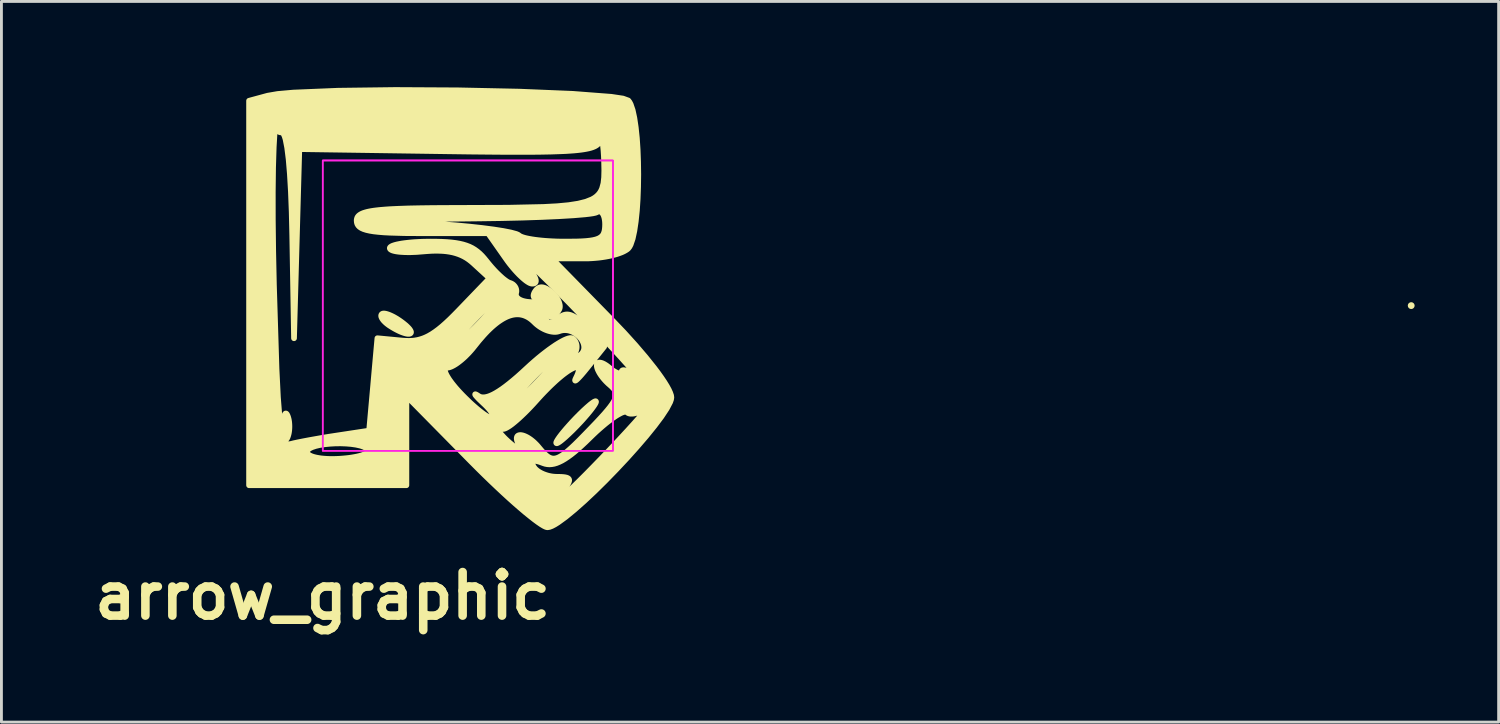
<source format=kicad_pcb>
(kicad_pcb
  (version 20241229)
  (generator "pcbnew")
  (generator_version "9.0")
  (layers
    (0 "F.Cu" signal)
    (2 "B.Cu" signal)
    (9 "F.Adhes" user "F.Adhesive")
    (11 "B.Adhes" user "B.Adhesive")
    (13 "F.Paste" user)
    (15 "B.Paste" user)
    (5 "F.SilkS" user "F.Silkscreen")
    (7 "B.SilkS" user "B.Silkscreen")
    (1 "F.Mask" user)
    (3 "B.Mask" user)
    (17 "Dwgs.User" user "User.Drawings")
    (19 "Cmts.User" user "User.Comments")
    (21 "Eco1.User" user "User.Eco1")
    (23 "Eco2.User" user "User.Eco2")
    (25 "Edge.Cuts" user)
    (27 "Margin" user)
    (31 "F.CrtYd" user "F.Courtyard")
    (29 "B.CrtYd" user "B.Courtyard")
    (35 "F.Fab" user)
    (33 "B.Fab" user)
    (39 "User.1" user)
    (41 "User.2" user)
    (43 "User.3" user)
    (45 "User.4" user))
  (footprint "arrow_graphic"
    (layer "F.Cu")
    (at 10.784 15.267)
    (property "Reference" "arrow_graphic" (at -2.54 2.54 0) (layer "F.SilkS") (effects (font (size 1.524 1.524) (thickness 0.3))))
    (attr board_only exclude_from_pos_files exclude_from_bom)
    (fp_circle (center 35.56 -7.62) (end 35.56 -7.62) (stroke (width 0.12) (type solid)) (fill no) (layer "F.SilkS"))
    (fp_poly (pts (xy 7.018 -4.272) (xy 7.023 -4.269) (xy 7.026 -4.264) (xy 7.027 -4.258) (xy 7.026 -4.25) (xy 7.024 -4.24) (xy 7.02 -4.228) (xy 7.014 -4.215) (xy 7.007 -4.2) (xy 6.998 -4.184) (xy 6.976 -4.147) (xy 6.948 -4.105) (xy 6.914 -4.057) (xy 6.875 -4.005) (xy 6.831 -3.948) (xy 6.782 -3.888) (xy 6.729 -3.823) (xy 6.671 -3.756) (xy 6.61 -3.686) (xy 6.545 -3.613) (xy 6.476 -3.538) (xy 6.336 -3.39) (xy 6.2 -3.252) (xy 6.071 -3.128) (xy 5.953 -3.019) (xy 5.848 -2.929) (xy 5.802 -2.892) (xy 5.761 -2.861) (xy 5.724 -2.836) (xy 5.694 -2.818) (xy 5.669 -2.807) (xy 5.659 -2.804) (xy 5.651 -2.803) (xy 5.644 -2.804) (xy 5.639 -2.807) (xy 5.636 -2.811) (xy 5.635 -2.818) (xy 5.636 -2.826) (xy 5.638 -2.836) (xy 5.642 -2.848) (xy 5.648 -2.861) (xy 5.655 -2.876) (xy 5.664 -2.892) (xy 5.686 -2.929) (xy 5.714 -2.971) (xy 5.748 -3.019) (xy 5.787 -3.071) (xy 5.831 -3.128) (xy 5.88 -3.188) (xy 5.933 -3.252) (xy 5.991 -3.32) (xy 6.053 -3.39) (xy 6.118 -3.463) (xy 6.186 -3.538) (xy 6.186 -3.538) (xy 6.326 -3.686) (xy 6.462 -3.823) (xy 6.591 -3.948) (xy 6.71 -4.057) (xy 6.814 -4.147) (xy 6.861 -4.184) (xy 6.902 -4.215) (xy 6.938 -4.24) (xy 6.969 -4.258) (xy 6.994 -4.269) (xy 7.004 -4.272) (xy 7.012 -4.273)) (stroke (width 0.2) (type solid)) (fill yes) (layer "F.SilkS"))
    (fp_poly (pts (xy -3.822 -3.843) (xy -3.815 -3.84) (xy -3.808 -3.834) (xy -3.802 -3.827) (xy -3.794 -3.817) (xy -3.78 -3.792) (xy -3.765 -3.758) (xy -3.751 -3.719) (xy -3.739 -3.677) (xy -3.728 -3.633) (xy -3.72 -3.587) (xy -3.713 -3.539) (xy -3.709 -3.49) (xy -3.706 -3.441) (xy -3.705 -3.391) (xy -3.706 -3.341) (xy -3.709 -3.291) (xy -3.713 -3.243) (xy -3.72 -3.195) (xy -3.728 -3.149) (xy -3.739 -3.105) (xy -3.751 -3.063) (xy -3.765 -3.023) (xy -3.773 -3.005) (xy -3.78 -2.99) (xy -3.787 -2.976) (xy -3.794 -2.964) (xy -3.802 -2.955) (xy -3.808 -2.948) (xy -3.815 -2.942) (xy -3.819 -2.94) (xy -3.822 -2.939) (xy -3.825 -2.938) (xy -3.828 -2.937) (xy -3.832 -2.937) (xy -3.835 -2.938) (xy -3.838 -2.939) (xy -3.841 -2.94) (xy -3.844 -2.942) (xy -3.847 -2.944) (xy -3.852 -2.95) (xy -3.858 -2.958) (xy -3.863 -2.968) (xy -3.868 -2.98) (xy -3.873 -2.993) (xy -3.878 -3.008) (xy -3.882 -3.025) (xy -3.886 -3.044) (xy -3.89 -3.064) (xy -3.894 -3.086) (xy -3.897 -3.109) (xy -3.9 -3.134) (xy -3.902 -3.161) (xy -3.905 -3.19) (xy -3.907 -3.219) (xy -3.908 -3.251) (xy -3.91 -3.284) (xy -3.911 -3.318) (xy -3.911 -3.391) (xy -3.911 -3.464) (xy -3.908 -3.531) (xy -3.905 -3.592) (xy -3.9 -3.647) (xy -3.894 -3.696) (xy -3.886 -3.738) (xy -3.878 -3.774) (xy -3.868 -3.802) (xy -3.858 -3.823) (xy -3.852 -3.831) (xy -3.847 -3.838) (xy -3.841 -3.842) (xy -3.835 -3.844) (xy -3.828 -3.845)) (stroke (width 0.2) (type solid)) (fill yes) (layer "F.SilkS"))
    (fp_poly (pts (xy -0.389 -7.343) (xy -0.373 -7.341) (xy -0.356 -7.339) (xy -0.337 -7.336) (xy -0.298 -7.326) (xy -0.255 -7.313) (xy -0.209 -7.296) (xy -0.16 -7.275) (xy -0.109 -7.251) (xy -0.055 -7.224) (xy -0.000467 -7.193) (xy 0.056 -7.16) (xy 0.113 -7.123) (xy 0.171 -7.084) (xy 0.229 -7.042) (xy 0.284 -7) (xy 0.333 -6.96) (xy 0.378 -6.923) (xy 0.416 -6.887) (xy 0.45 -6.853) (xy 0.479 -6.822) (xy 0.503 -6.793) (xy 0.521 -6.766) (xy 0.535 -6.742) (xy 0.545 -6.72) (xy 0.55 -6.7) (xy 0.551 -6.683) (xy 0.547 -6.668) (xy 0.539 -6.656) (xy 0.527 -6.646) (xy 0.511 -6.639) (xy 0.492 -6.634) (xy 0.469 -6.633) (xy 0.442 -6.633) (xy 0.411 -6.637) (xy 0.378 -6.643) (xy 0.341 -6.653) (xy 0.301 -6.665) (xy 0.258 -6.68) (xy 0.212 -6.697) (xy 0.163 -6.718) (xy 0.112 -6.742) (xy 0.058 -6.769) (xy 0.001 -6.799) (xy -0.057 -6.832) (xy -0.118 -6.868) (xy -0.181 -6.908) (xy -0.224 -6.936) (xy -0.264 -6.966) (xy -0.301 -6.995) (xy -0.336 -7.025) (xy -0.367 -7.055) (xy -0.396 -7.084) (xy -0.421 -7.113) (xy -0.442 -7.142) (xy -0.46 -7.169) (xy -0.474 -7.196) (xy -0.479 -7.209) (xy -0.484 -7.221) (xy -0.488 -7.233) (xy -0.49 -7.245) (xy -0.491 -7.256) (xy -0.492 -7.267) (xy -0.491 -7.277) (xy -0.489 -7.287) (xy -0.486 -7.296) (xy -0.482 -7.305) (xy -0.477 -7.313) (xy -0.47 -7.32) (xy -0.463 -7.327) (xy -0.454 -7.332) (xy -0.443 -7.337) (xy -0.431 -7.34) (xy -0.419 -7.342) (xy -0.404 -7.343)) (stroke (width 0.2) (type solid)) (fill yes) (layer "F.SilkS"))
    (fp_poly (pts (xy 5.129 -8.262) (xy 5.148 -8.261) (xy 5.166 -8.258) (xy 5.186 -8.254) (xy 5.206 -8.248) (xy 5.226 -8.242) (xy 5.247 -8.233) (xy 5.268 -8.224) (xy 5.29 -8.213) (xy 5.312 -8.201) (xy 5.335 -8.187) (xy 5.358 -8.172) (xy 5.382 -8.156) (xy 5.407 -8.138) (xy 5.432 -8.119) (xy 5.458 -8.098) (xy 5.484 -8.076) (xy 5.525 -8.04) (xy 5.563 -8.003) (xy 5.598 -7.963) (xy 5.629 -7.923) (xy 5.658 -7.882) (xy 5.684 -7.841) (xy 5.706 -7.8) (xy 5.724 -7.759) (xy 5.739 -7.718) (xy 5.75 -7.678) (xy 5.758 -7.64) (xy 5.76 -7.621) (xy 5.761 -7.602) (xy 5.761 -7.584) (xy 5.76 -7.567) (xy 5.758 -7.55) (xy 5.755 -7.533) (xy 5.751 -7.518) (xy 5.745 -7.502) (xy 5.739 -7.488) (xy 5.731 -7.474) (xy 5.71 -7.44) (xy 5.688 -7.408) (xy 5.667 -7.379) (xy 5.647 -7.352) (xy 5.627 -7.328) (xy 5.607 -7.307) (xy 5.587 -7.287) (xy 5.569 -7.271) (xy 5.55 -7.257) (xy 5.533 -7.245) (xy 5.516 -7.236) (xy 5.499 -7.229) (xy 5.484 -7.224) (xy 5.469 -7.222) (xy 5.455 -7.223) (xy 5.442 -7.226) (xy 5.43 -7.231) (xy 5.419 -7.238) (xy 5.409 -7.248) (xy 5.4 -7.26) (xy 5.392 -7.274) (xy 5.385 -7.291) (xy 5.379 -7.31) (xy 5.375 -7.331) (xy 5.372 -7.355) (xy 5.37 -7.38) (xy 5.369 -7.408) (xy 5.37 -7.439) (xy 5.373 -7.471) (xy 5.377 -7.505) (xy 5.382 -7.542) (xy 5.389 -7.581) (xy 5.389 -7.581) (xy 5.393 -7.6) (xy 5.395 -7.618) (xy 5.396 -7.636) (xy 5.396 -7.653) (xy 5.395 -7.67) (xy 5.394 -7.686) (xy 5.391 -7.702) (xy 5.387 -7.717) (xy 5.383 -7.732) (xy 5.377 -7.746) (xy 5.371 -7.759) (xy 5.364 -7.772) (xy 5.356 -7.784) (xy 5.347 -7.796) (xy 5.338 -7.807) (xy 5.328 -7.817) (xy 5.317 -7.826) (xy 5.305 -7.835) (xy 5.293 -7.843) (xy 5.28 -7.85) (xy 5.266 -7.856) (xy 5.252 -7.861) (xy 5.237 -7.866) (xy 5.221 -7.87) (xy 5.205 -7.873) (xy 5.189 -7.875) (xy 5.171 -7.876) (xy 5.154 -7.876) (xy 5.135 -7.876) (xy 5.117 -7.874) (xy 5.098 -7.871) (xy 5.078 -7.868) (xy 5.059 -7.864) (xy 5.04 -7.861) (xy 5.022 -7.859) (xy 5.005 -7.858) (xy 4.988 -7.857) (xy 4.973 -7.858) (xy 4.958 -7.859) (xy 4.944 -7.861) (xy 4.931 -7.864) (xy 4.919 -7.867) (xy 4.907 -7.872) (xy 4.897 -7.877) (xy 4.887 -7.882) (xy 4.878 -7.889) (xy 4.87 -7.896) (xy 4.863 -7.903) (xy 4.857 -7.912) (xy 4.852 -7.92) (xy 4.848 -7.93) (xy 4.845 -7.94) (xy 4.843 -7.951) (xy 4.841 -7.962) (xy 4.841 -7.974) (xy 4.842 -7.986) (xy 4.844 -7.999) (xy 4.847 -8.012) (xy 4.851 -8.026) (xy 4.856 -8.041) (xy 4.862 -8.055) (xy 4.869 -8.071) (xy 4.877 -8.086) (xy 4.886 -8.102) (xy 4.899 -8.122) (xy 4.912 -8.141) (xy 4.926 -8.159) (xy 4.939 -8.175) (xy 4.953 -8.189) (xy 4.967 -8.203) (xy 4.982 -8.215) (xy 4.997 -8.226) (xy 5.012 -8.235) (xy 5.028 -8.243) (xy 5.044 -8.25) (xy 5.06 -8.255) (xy 5.077 -8.259) (xy 5.094 -8.261) (xy 5.111 -8.263)) (stroke (width 0.2) (type solid)) (fill yes) (layer "F.SilkS"))
    (fp_poly (pts (xy 2.193 -15.155) (xy 4.343 -15.109) (xy 6.211 -15.032) (xy 7.562 -14.928) (xy 7.969 -14.867) (xy 8.157 -14.799) (xy 8.199 -14.744) (xy 8.239 -14.669) (xy 8.31 -14.461) (xy 8.369 -14.187) (xy 8.418 -13.858) (xy 8.457 -13.485) (xy 8.484 -13.079) (xy 8.5 -12.651) (xy 8.506 -12.212) (xy 8.5 -11.773) (xy 8.484 -11.345) (xy 8.457 -10.939) (xy 8.418 -10.566) (xy 8.369 -10.237) (xy 8.31 -9.963) (xy 8.239 -9.755) (xy 8.199 -9.679) (xy 8.157 -9.624) (xy 8.138 -9.606) (xy 8.116 -9.588) (xy 8.063 -9.554) (xy 8.001 -9.52) (xy 7.93 -9.487) (xy 7.85 -9.457) (xy 7.763 -9.427) (xy 7.669 -9.4) (xy 7.569 -9.375) (xy 7.463 -9.352) (xy 7.353 -9.332) (xy 7.24 -9.314) (xy 7.123 -9.299) (xy 7.004 -9.288) (xy 6.884 -9.279) (xy 6.763 -9.273) (xy 6.643 -9.272) (xy 5.476 -9.272) (xy 7.57 -7.133) (xy 8.005 -6.678) (xy 8.404 -6.237) (xy 8.76 -5.82) (xy 9.067 -5.436) (xy 9.2 -5.259) (xy 9.318 -5.093) (xy 9.42 -4.941) (xy 9.506 -4.801) (xy 9.574 -4.677) (xy 9.623 -4.569) (xy 9.654 -4.478) (xy 9.664 -4.405) (xy 9.653 -4.334) (xy 9.622 -4.244) (xy 9.504 -4.019) (xy 9.319 -3.738) (xy 9.076 -3.414) (xy 8.787 -3.056) (xy 8.46 -2.675) (xy 8.107 -2.281) (xy 7.735 -1.884) (xy 7.357 -1.495) (xy 6.981 -1.124) (xy 6.617 -0.782) (xy 6.275 -0.479) (xy 5.966 -0.225) (xy 5.698 -0.03) (xy 5.584 0.041) (xy 5.483 0.094) (xy 5.398 0.126) (xy 5.329 0.137) (xy 5.306 0.134) (xy 5.276 0.126) (xy 5.241 0.111) (xy 5.201 0.091) (xy 5.106 0.034) (xy 4.992 -0.044) (xy 4.861 -0.141) (xy 4.714 -0.257) (xy 4.551 -0.389) (xy 4.376 -0.538) (xy 4.188 -0.701) (xy 3.99 -0.878) (xy 3.783 -1.068) (xy 3.568 -1.269) (xy 3.346 -1.48) (xy 3.119 -1.7) (xy 2.889 -1.927) (xy 2.692 -2.125) (xy 4.788 -2.125) (xy 4.789 -2.113) (xy 4.792 -2.099) (xy 4.796 -2.084) (xy 4.802 -2.068) (xy 4.809 -2.051) (xy 4.827 -2.013) (xy 4.852 -1.971) (xy 4.863 -1.953) (xy 4.876 -1.936) (xy 4.89 -1.919) (xy 4.906 -1.902) (xy 4.923 -1.885) (xy 4.941 -1.869) (xy 4.96 -1.853) (xy 4.98 -1.837) (xy 5.024 -1.807) (xy 5.071 -1.779) (xy 5.122 -1.752) (xy 5.175 -1.728) (xy 5.231 -1.706) (xy 5.29 -1.686) (xy 5.349 -1.668) (xy 5.411 -1.654) (xy 5.473 -1.642) (xy 5.535 -1.634) (xy 5.597 -1.629) (xy 5.659 -1.627) (xy 5.747 -1.626) (xy 5.825 -1.623) (xy 5.892 -1.618) (xy 5.949 -1.61) (xy 5.974 -1.604) (xy 5.996 -1.599) (xy 6.016 -1.592) (xy 6.033 -1.584) (xy 6.048 -1.576) (xy 6.06 -1.566) (xy 6.07 -1.556) (xy 6.078 -1.544) (xy 6.083 -1.532) (xy 6.086 -1.518) (xy 6.087 -1.503) (xy 6.085 -1.487) (xy 6.081 -1.47) (xy 6.075 -1.451) (xy 6.067 -1.431) (xy 6.057 -1.41) (xy 6.044 -1.387) (xy 6.029 -1.363) (xy 5.993 -1.31) (xy 5.949 -1.251) (xy 5.897 -1.186) (xy 5.757 -1.012) (xy 5.656 -0.878) (xy 5.62 -0.826) (xy 5.592 -0.783) (xy 5.574 -0.75) (xy 5.564 -0.727) (xy 5.563 -0.712) (xy 5.565 -0.708) (xy 5.57 -0.707) (xy 5.585 -0.71) (xy 5.609 -0.722) (xy 5.64 -0.743) (xy 5.679 -0.772) (xy 5.78 -0.855) (xy 5.909 -0.97) (xy 6.066 -1.116) (xy 6.248 -1.291) (xy 6.455 -1.494) (xy 6.685 -1.724) (xy 6.937 -1.981) (xy 7.209 -2.261) (xy 7.5 -2.566) (xy 7.838 -2.925) (xy 8.135 -3.246) (xy 8.386 -3.523) (xy 8.586 -3.75) (xy 8.729 -3.921) (xy 8.811 -4.03) (xy 8.827 -4.06) (xy 8.828 -4.068) (xy 8.825 -4.071) (xy 8.806 -4.065) (xy 8.768 -4.039) (xy 8.72 -4.004) (xy 8.671 -3.973) (xy 8.622 -3.944) (xy 8.573 -3.919) (xy 8.525 -3.897) (xy 8.477 -3.878) (xy 8.43 -3.863) (xy 8.385 -3.851) (xy 8.341 -3.842) (xy 8.299 -3.838) (xy 8.26 -3.837) (xy 8.223 -3.839) (xy 8.206 -3.842) (xy 8.19 -3.846) (xy 8.174 -3.85) (xy 8.159 -3.856) (xy 8.146 -3.863) (xy 8.133 -3.87) (xy 8.121 -3.879) (xy 8.111 -3.889) (xy 8.099 -3.898) (xy 8.085 -3.903) (xy 8.068 -3.906) (xy 8.049 -3.907) (xy 8.027 -3.904) (xy 8.003 -3.898) (xy 7.976 -3.89) (xy 7.947 -3.88) (xy 7.916 -3.867) (xy 7.884 -3.851) (xy 7.812 -3.812) (xy 7.733 -3.765) (xy 7.648 -3.708) (xy 7.557 -3.643) (xy 7.46 -3.57) (xy 7.359 -3.49) (xy 7.255 -3.403) (xy 7.147 -3.309) (xy 7.036 -3.21) (xy 6.924 -3.104) (xy 6.811 -2.994) (xy 6.664 -2.851) (xy 6.526 -2.722) (xy 6.395 -2.604) (xy 6.271 -2.499) (xy 6.154 -2.406) (xy 6.042 -2.325) (xy 5.937 -2.255) (xy 5.837 -2.196) (xy 5.741 -2.149) (xy 5.651 -2.112) (xy 5.564 -2.086) (xy 5.48 -2.071) (xy 5.4 -2.065) (xy 5.323 -2.07) (xy 5.248 -2.084) (xy 5.174 -2.108) (xy 5.109 -2.132) (xy 5.049 -2.153) (xy 4.996 -2.168) (xy 4.948 -2.18) (xy 4.907 -2.187) (xy 4.889 -2.189) (xy 4.872 -2.19) (xy 4.857 -2.19) (xy 4.844 -2.188) (xy 4.831 -2.186) (xy 4.821 -2.182) (xy 4.812 -2.177) (xy 4.804 -2.171) (xy 4.798 -2.164) (xy 4.793 -2.156) (xy 4.79 -2.147) (xy 4.788 -2.137) (xy 4.788 -2.125) (xy 2.692 -2.125) (xy 2.656 -2.161) (xy 2.656 -2.161) (xy 0.39 -4.46) (xy 0.39 -1.333) (xy -5.116 -1.333) (xy -5.116 -2.497) (xy -3.088 -2.497) (xy -3.086 -2.481) (xy -3.082 -2.466) (xy -3.075 -2.45) (xy -3.065 -2.436) (xy -3.052 -2.422) (xy -3.037 -2.408) (xy -3.019 -2.395) (xy -2.999 -2.382) (xy -2.977 -2.37) (xy -2.952 -2.358) (xy -2.925 -2.347) (xy -2.895 -2.336) (xy -2.864 -2.326) (xy -2.83 -2.317) (xy -2.795 -2.308) (xy -2.757 -2.299) (xy -2.676 -2.285) (xy -2.589 -2.272) (xy -2.495 -2.263) (xy -2.394 -2.256) (xy -2.289 -2.252) (xy -2.179 -2.251) (xy -2.064 -2.254) (xy -1.946 -2.259) (xy -1.83 -2.268) (xy -1.719 -2.278) (xy -1.614 -2.29) (xy -1.514 -2.305) (xy -1.42 -2.321) (xy -1.333 -2.338) (xy -1.254 -2.357) (xy -1.182 -2.377) (xy -1.118 -2.399) (xy -1.063 -2.421) (xy -1.018 -2.444) (xy -0.982 -2.468) (xy -0.957 -2.492) (xy -0.948 -2.504) (xy -0.943 -2.516) (xy -0.94 -2.528) (xy -0.94 -2.541) (xy -0.943 -2.553) (xy -0.948 -2.565) (xy -0.948 -2.565) (xy -0.973 -2.597) (xy -1.008 -2.626) (xy -1.051 -2.653) (xy -1.102 -2.678) (xy -1.16 -2.7) (xy -1.225 -2.72) (xy -1.373 -2.753) (xy -1.539 -2.777) (xy -1.719 -2.792) (xy -1.907 -2.799) (xy -2.098 -2.797) (xy -2.287 -2.786) (xy -2.467 -2.768) (xy -2.635 -2.742) (xy -2.783 -2.708) (xy -2.909 -2.666) (xy -2.96 -2.642) (xy -3.004 -2.617) (xy -3.04 -2.59) (xy -3.066 -2.56) (xy -3.082 -2.53) (xy -3.088 -2.497) (xy -5.116 -2.497) (xy -5.116 -11.601) (xy -4.286 -11.601) (xy -4.285 -10.618) (xy -4.272 -9.526) (xy -4.247 -8.345) (xy -4.156 -5.407) (xy -4.107 -4.417) (xy -4.05 -3.696) (xy -3.981 -3.209) (xy -3.942 -3.041) (xy -3.897 -2.917) (xy -3.848 -2.834) (xy -3.794 -2.785) (xy -3.734 -2.767) (xy -3.667 -2.774) (xy -3.556 -2.802) (xy -3.407 -2.834) (xy -3.226 -2.87) (xy -3.02 -2.909) (xy -2.558 -2.991) (xy -2.315 -3.031) (xy -2.073 -3.068) (xy -0.914 -3.244) (xy -0.769 -4.861) (xy -0.723 -5.379) (xy 1.736 -5.379) (xy 1.736 -5.362) (xy 1.738 -5.342) (xy 1.743 -5.321) (xy 1.749 -5.298) (xy 1.758 -5.273) (xy 1.768 -5.247) (xy 1.781 -5.219) (xy 1.796 -5.19) (xy 1.812 -5.159) (xy 1.831 -5.127) (xy 1.851 -5.094) (xy 1.873 -5.059) (xy 1.897 -5.023) (xy 1.923 -4.987) (xy 1.98 -4.909) (xy 2.044 -4.829) (xy 2.114 -4.744) (xy 2.191 -4.657) (xy 2.274 -4.567) (xy 2.36 -4.477) (xy 2.447 -4.39) (xy 2.618 -4.224) (xy 2.703 -4.147) (xy 2.785 -4.075) (xy 2.864 -4.007) (xy 2.941 -3.944) (xy 3.014 -3.887) (xy 3.082 -3.836) (xy 3.146 -3.792) (xy 3.205 -3.754) (xy 3.258 -3.725) (xy 3.304 -3.703) (xy 3.343 -3.689) (xy 3.36 -3.686) (xy 3.375 -3.685) (xy 3.388 -3.686) (xy 3.399 -3.688) (xy 3.409 -3.691) (xy 3.417 -3.695) (xy 3.421 -3.698) (xy 3.424 -3.701) (xy 3.427 -3.704) (xy 3.429 -3.708) (xy 3.433 -3.716) (xy 3.435 -3.725) (xy 3.436 -3.736) (xy 3.435 -3.747) (xy 3.433 -3.76) (xy 3.429 -3.773) (xy 3.424 -3.787) (xy 3.418 -3.803) (xy 3.41 -3.819) (xy 3.401 -3.836) (xy 3.391 -3.854) (xy 3.379 -3.873) (xy 3.366 -3.892) (xy 3.352 -3.912) (xy 3.337 -3.933) (xy 3.32 -3.955) (xy 3.302 -3.977) (xy 3.29 -3.991) (xy 3.888 -3.991) (xy 3.889 -3.984) (xy 3.893 -3.98) (xy 3.899 -3.979) (xy 3.908 -3.98) (xy 3.919 -3.984) (xy 3.948 -4) (xy 3.986 -4.025) (xy 4.033 -4.06) (xy 4.087 -4.104) (xy 4.148 -4.155) (xy 4.216 -4.215) (xy 4.29 -4.281) (xy 4.454 -4.434) (xy 4.634 -4.608) (xy 4.827 -4.801) (xy 5.027 -5.008) (xy 5.222 -5.215) (xy 5.397 -5.408) (xy 5.551 -5.582) (xy 5.679 -5.735) (xy 5.778 -5.861) (xy 5.815 -5.913) (xy 5.844 -5.956) (xy 5.864 -5.991) (xy 5.874 -6.016) (xy 5.876 -6.025) (xy 5.875 -6.032) (xy 5.871 -6.036) (xy 5.865 -6.037) (xy 5.857 -6.036) (xy 5.845 -6.032) (xy 5.816 -6.016) (xy 5.778 -5.991) (xy 5.731 -5.956) (xy 5.677 -5.913) (xy 5.616 -5.861) (xy 5.548 -5.801) (xy 5.474 -5.735) (xy 5.311 -5.582) (xy 5.13 -5.408) (xy 4.938 -5.215) (xy 4.737 -5.008) (xy 4.543 -4.801) (xy 4.367 -4.608) (xy 4.213 -4.434) (xy 4.085 -4.281) (xy 3.987 -4.155) (xy 3.949 -4.104) (xy 3.92 -4.06) (xy 3.9 -4.025) (xy 3.89 -4) (xy 3.888 -3.991) (xy 3.29 -3.991) (xy 3.283 -4) (xy 3.263 -4.023) (xy 3.241 -4.047) (xy 3.219 -4.071) (xy 3.195 -4.096) (xy 3.17 -4.121) (xy 3.144 -4.147) (xy 3.117 -4.173) (xy 3.089 -4.199) (xy 3.089 -4.199) (xy 2.986 -4.298) (xy 2.942 -4.34) (xy 2.904 -4.379) (xy 2.872 -4.413) (xy 2.845 -4.443) (xy 2.824 -4.467) (xy 2.809 -4.487) (xy 2.8 -4.502) (xy 2.798 -4.508) (xy 2.798 -4.512) (xy 2.798 -4.515) (xy 2.801 -4.517) (xy 2.805 -4.517) (xy 2.81 -4.516) (xy 2.826 -4.51) (xy 2.849 -4.498) (xy 2.878 -4.48) (xy 2.913 -4.457) (xy 2.938 -4.442) (xy 2.965 -4.429) (xy 2.993 -4.42) (xy 3.023 -4.413) (xy 3.054 -4.41) (xy 3.088 -4.409) (xy 3.123 -4.411) (xy 3.159 -4.416) (xy 3.198 -4.424) (xy 3.238 -4.434) (xy 3.28 -4.448) (xy 3.324 -4.464) (xy 3.369 -4.484) (xy 3.417 -4.506) (xy 3.466 -4.532) (xy 3.517 -4.56) (xy 3.625 -4.626) (xy 3.74 -4.703) (xy 3.863 -4.793) (xy 3.994 -4.895) (xy 4.133 -5.009) (xy 4.281 -5.135) (xy 4.436 -5.274) (xy 4.6 -5.425) (xy 4.735 -5.549) (xy 4.87 -5.668) (xy 5.002 -5.781) (xy 5.132 -5.887) (xy 5.259 -5.986) (xy 5.381 -6.078) (xy 5.499 -6.162) (xy 5.61 -6.238) (xy 5.716 -6.304) (xy 5.813 -6.361) (xy 5.903 -6.408) (xy 5.983 -6.444) (xy 6.054 -6.469) (xy 6.114 -6.482) (xy 6.14 -6.484) (xy 6.162 -6.483) (xy 6.182 -6.478) (xy 6.198 -6.471) (xy 6.213 -6.461) (xy 6.227 -6.451) (xy 6.24 -6.44) (xy 6.252 -6.428) (xy 6.264 -6.416) (xy 6.275 -6.403) (xy 6.285 -6.39) (xy 6.295 -6.376) (xy 6.303 -6.361) (xy 6.311 -6.346) (xy 6.319 -6.331) (xy 6.325 -6.315) (xy 6.331 -6.3) (xy 6.336 -6.283) (xy 6.341 -6.267) (xy 6.344 -6.25) (xy 6.347 -6.233) (xy 6.349 -6.215) (xy 6.35 -6.198) (xy 6.35 -6.18) (xy 6.35 -6.163) (xy 6.349 -6.145) (xy 6.347 -6.127) (xy 6.344 -6.11) (xy 6.34 -6.092) (xy 6.336 -6.074) (xy 6.331 -6.057) (xy 6.324 -6.039) (xy 6.317 -6.022) (xy 6.309 -6.005) (xy 6.301 -5.988) (xy 6.291 -5.971) (xy 6.271 -5.937) (xy 6.262 -5.921) (xy 6.255 -5.906) (xy 6.248 -5.891) (xy 6.243 -5.878) (xy 6.239 -5.866) (xy 6.235 -5.855) (xy 6.233 -5.844) (xy 6.231 -5.835) (xy 6.231 -5.826) (xy 6.232 -5.819) (xy 6.233 -5.812) (xy 6.236 -5.806) (xy 6.239 -5.802) (xy 6.244 -5.798) (xy 6.249 -5.795) (xy 6.256 -5.793) (xy 6.263 -5.792) (xy 6.272 -5.793) (xy 6.281 -5.794) (xy 6.291 -5.796) (xy 6.303 -5.799) (xy 6.315 -5.803) (xy 6.328 -5.808) (xy 6.342 -5.814) (xy 6.357 -5.821) (xy 6.373 -5.829) (xy 6.407 -5.848) (xy 6.445 -5.871) (xy 6.487 -5.9) (xy 6.523 -5.932) (xy 6.552 -5.967) (xy 6.575 -6.003) (xy 6.593 -6.041) (xy 6.606 -6.08) (xy 6.613 -6.12) (xy 6.615 -6.162) (xy 6.612 -6.204) (xy 6.605 -6.246) (xy 6.594 -6.288) (xy 6.578 -6.33) (xy 6.558 -6.372) (xy 6.535 -6.413) (xy 6.508 -6.453) (xy 6.478 -6.492) (xy 6.446 -6.529) (xy 6.41 -6.565) (xy 6.371 -6.598) (xy 6.331 -6.629) (xy 6.288 -6.658) (xy 6.243 -6.684) (xy 6.197 -6.706) (xy 6.149 -6.725) (xy 6.099 -6.741) (xy 6.049 -6.753) (xy 5.998 -6.76) (xy 5.946 -6.763) (xy 5.894 -6.762) (xy 5.842 -6.755) (xy 5.79 -6.743) (xy 5.738 -6.726) (xy 5.716 -6.719) (xy 5.694 -6.713) (xy 5.671 -6.708) (xy 5.647 -6.704) (xy 5.622 -6.702) (xy 5.597 -6.7) (xy 5.544 -6.702) (xy 5.489 -6.708) (xy 5.432 -6.718) (xy 5.374 -6.733) (xy 5.315 -6.752) (xy 5.256 -6.775) (xy 5.197 -6.802) (xy 5.139 -6.833) (xy 5.081 -6.867) (xy 5.025 -6.905) (xy 4.971 -6.946) (xy 4.919 -6.99) (xy 4.87 -7.037) (xy 4.818 -7.087) (xy 4.765 -7.132) (xy 4.712 -7.172) (xy 4.658 -7.207) (xy 4.602 -7.237) (xy 4.547 -7.262) (xy 4.49 -7.283) (xy 4.432 -7.298) (xy 4.374 -7.309) (xy 4.314 -7.314) (xy 4.254 -7.315) (xy 4.193 -7.311) (xy 4.131 -7.302) (xy 4.068 -7.288) (xy 4.004 -7.269) (xy 3.939 -7.245) (xy 3.873 -7.216) (xy 3.807 -7.182) (xy 3.739 -7.143) (xy 3.67 -7.099) (xy 3.6 -7.051) (xy 3.529 -6.997) (xy 3.457 -6.938) (xy 3.384 -6.875) (xy 3.31 -6.806) (xy 3.235 -6.733) (xy 3.159 -6.654) (xy 3.082 -6.57) (xy 2.924 -6.388) (xy 2.762 -6.186) (xy 2.702 -6.111) (xy 2.639 -6.038) (xy 2.575 -5.967) (xy 2.51 -5.9) (xy 2.445 -5.835) (xy 2.379 -5.775) (xy 2.313 -5.718) (xy 2.248 -5.666) (xy 2.185 -5.618) (xy 2.123 -5.575) (xy 2.063 -5.538) (xy 2.006 -5.507) (xy 1.953 -5.482) (xy 1.903 -5.464) (xy 1.879 -5.458) (xy 1.857 -5.453) (xy 1.836 -5.45) (xy 1.816 -5.449) (xy 1.798 -5.448) (xy 1.782 -5.444) (xy 1.768 -5.439) (xy 1.757 -5.431) (xy 1.749 -5.421) (xy 1.742 -5.409) (xy 1.738 -5.395) (xy 1.736 -5.379) (xy -0.723 -5.379) (xy -0.663 -6.049) (xy 1.86 -6.049) (xy 1.861 -6.043) (xy 1.864 -6.039) (xy 1.87 -6.037) (xy 1.879 -6.039) (xy 1.89 -6.043) (xy 1.92 -6.058) (xy 1.958 -6.084) (xy 2.004 -6.118) (xy 2.058 -6.162) (xy 2.12 -6.214) (xy 2.188 -6.273) (xy 2.261 -6.339) (xy 2.425 -6.492) (xy 2.605 -6.667) (xy 2.798 -6.86) (xy 2.998 -7.066) (xy 3.193 -7.273) (xy 3.369 -7.466) (xy 3.522 -7.641) (xy 3.65 -7.793) (xy 3.749 -7.919) (xy 3.786 -7.971) (xy 3.815 -8.014) (xy 3.835 -8.049) (xy 3.846 -8.074) (xy 3.847 -8.083) (xy 3.846 -8.09) (xy 3.843 -8.094) (xy 3.837 -8.095) (xy 3.828 -8.094) (xy 3.817 -8.09) (xy 3.787 -8.074) (xy 3.749 -8.049) (xy 3.703 -8.014) (xy 3.649 -7.971) (xy 3.587 -7.919) (xy 3.519 -7.86) (xy 3.445 -7.793) (xy 3.282 -7.641) (xy 3.102 -7.466) (xy 2.909 -7.273) (xy 2.709 -7.066) (xy 2.514 -6.86) (xy 2.338 -6.667) (xy 2.185 -6.492) (xy 2.057 -6.339) (xy 1.958 -6.214) (xy 1.921 -6.162) (xy 1.892 -6.118) (xy 1.872 -6.084) (xy 1.861 -6.058) (xy 1.86 -6.049) (xy -0.663 -6.049) (xy -0.624 -6.478) (xy 0.25 -6.395) (xy 0.376 -6.386) (xy 0.497 -6.385) (xy 0.613 -6.391) (xy 0.67 -6.397) (xy 0.726 -6.406) (xy 0.782 -6.416) (xy 0.837 -6.43) (xy 0.892 -6.445) (xy 0.947 -6.463) (xy 1.002 -6.483) (xy 1.057 -6.506) (xy 1.112 -6.532) (xy 1.168 -6.56) (xy 1.28 -6.625) (xy 1.396 -6.703) (xy 1.516 -6.792) (xy 1.641 -6.894) (xy 1.772 -7.01) (xy 1.911 -7.14) (xy 2.057 -7.285) (xy 2.214 -7.445) (xy 3.304 -8.578) (xy 2.731 -9.104) (xy 2.653 -9.171) (xy 2.573 -9.233) (xy 2.49 -9.289) (xy 2.403 -9.339) (xy 2.313 -9.383) (xy 2.22 -9.421) (xy 2.121 -9.454) (xy 2.019 -9.482) (xy 1.911 -9.504) (xy 1.798 -9.521) (xy 1.679 -9.533) (xy 1.554 -9.539) (xy 1.422 -9.541) (xy 1.283 -9.538) (xy 1.138 -9.529) (xy 0.984 -9.517) (xy 0.748 -9.498) (xy 0.528 -9.49) (xy 0.426 -9.49) (xy 0.329 -9.492) (xy 0.239 -9.497) (xy 0.155 -9.503) (xy 0.079 -9.512) (xy 0.012 -9.523) (xy -0.047 -9.536) (xy -0.097 -9.551) (xy -0.137 -9.569) (xy -0.166 -9.588) (xy -0.176 -9.598) (xy -0.183 -9.609) (xy -0.188 -9.62) (xy -0.19 -9.631) (xy -0.188 -9.643) (xy -0.182 -9.655) (xy -0.173 -9.666) (xy -0.16 -9.677) (xy -0.144 -9.688) (xy -0.125 -9.699) (xy -0.103 -9.71) (xy -0.077 -9.72) (xy -0.017 -9.74) (xy 0.055 -9.759) (xy 0.138 -9.776) (xy 0.23 -9.793) (xy 0.331 -9.807) (xy 0.442 -9.82) (xy 0.559 -9.832) (xy 0.684 -9.842) (xy 0.815 -9.849) (xy 0.952 -9.855) (xy 1.093 -9.858) (xy 1.238 -9.86) (xy 1.445 -9.858) (xy 1.635 -9.853) (xy 1.809 -9.844) (xy 1.969 -9.83) (xy 2.115 -9.812) (xy 2.25 -9.788) (xy 2.374 -9.759) (xy 2.488 -9.724) (xy 2.594 -9.683) (xy 2.692 -9.635) (xy 2.784 -9.579) (xy 2.871 -9.516) (xy 2.955 -9.445) (xy 3.036 -9.365) (xy 3.115 -9.276) (xy 3.195 -9.178) (xy 3.25 -9.109) (xy 3.307 -9.04) (xy 3.364 -8.973) (xy 3.423 -8.907) (xy 3.481 -8.844) (xy 3.539 -8.784) (xy 3.597 -8.727) (xy 3.653 -8.673) (xy 3.708 -8.623) (xy 3.76 -8.577) (xy 3.811 -8.536) (xy 3.859 -8.5) (xy 3.903 -8.469) (xy 3.944 -8.444) (xy 3.98 -8.426) (xy 4.013 -8.414) (xy 4.027 -8.409) (xy 4.042 -8.404) (xy 4.056 -8.398) (xy 4.069 -8.392) (xy 4.083 -8.385) (xy 4.095 -8.377) (xy 4.108 -8.369) (xy 4.12 -8.361) (xy 4.131 -8.352) (xy 4.142 -8.342) (xy 4.152 -8.332) (xy 4.162 -8.322) (xy 4.171 -8.311) (xy 4.18 -8.3) (xy 4.188 -8.289) (xy 4.196 -8.277) (xy 4.203 -8.265) (xy 4.21 -8.253) (xy 4.216 -8.241) (xy 4.221 -8.228) (xy 4.225 -8.215) (xy 4.229 -8.202) (xy 4.233 -8.189) (xy 4.235 -8.175) (xy 4.237 -8.162) (xy 4.238 -8.148) (xy 4.239 -8.135) (xy 4.239 -8.121) (xy 4.238 -8.107) (xy 4.236 -8.093) (xy 4.233 -8.08) (xy 4.23 -8.066) (xy 4.225 -8.043) (xy 4.223 -8.022) (xy 4.224 -8) (xy 4.227 -7.98) (xy 4.232 -7.96) (xy 4.24 -7.941) (xy 4.251 -7.922) (xy 4.264 -7.905) (xy 4.279 -7.888) (xy 4.296 -7.872) (xy 4.315 -7.856) (xy 4.337 -7.842) (xy 4.36 -7.828) (xy 4.386 -7.816) (xy 4.413 -7.804) (xy 4.442 -7.793) (xy 4.473 -7.783) (xy 4.505 -7.775) (xy 4.539 -7.767) (xy 4.575 -7.76) (xy 4.612 -7.754) (xy 4.651 -7.75) (xy 4.69 -7.746) (xy 4.732 -7.743) (xy 4.774 -7.742) (xy 4.818 -7.742) (xy 4.862 -7.743) (xy 4.908 -7.745) (xy 4.955 -7.749) (xy 5.002 -7.753) (xy 5.05 -7.759) (xy 5.1 -7.767) (xy 5.111 -7.768) (xy 5.121 -7.769) (xy 5.132 -7.769) (xy 5.142 -7.769) (xy 5.153 -7.768) (xy 5.162 -7.767) (xy 5.172 -7.765) (xy 5.181 -7.763) (xy 5.19 -7.76) (xy 5.199 -7.756) (xy 5.207 -7.753) (xy 5.215 -7.748) (xy 5.223 -7.743) (xy 5.23 -7.738) (xy 5.237 -7.732) (xy 5.243 -7.726) (xy 5.249 -7.72) (xy 5.255 -7.713) (xy 5.26 -7.706) (xy 5.264 -7.698) (xy 5.269 -7.69) (xy 5.273 -7.681) (xy 5.276 -7.673) (xy 5.279 -7.664) (xy 5.281 -7.654) (xy 5.283 -7.645) (xy 5.284 -7.635) (xy 5.285 -7.624) (xy 5.285 -7.614) (xy 5.285 -7.603) (xy 5.284 -7.592) (xy 5.283 -7.581) (xy 5.269 -7.481) (xy 5.261 -7.391) (xy 5.259 -7.31) (xy 5.26 -7.274) (xy 5.262 -7.239) (xy 5.265 -7.208) (xy 5.27 -7.179) (xy 5.277 -7.152) (xy 5.284 -7.128) (xy 5.293 -7.106) (xy 5.303 -7.086) (xy 5.315 -7.07) (xy 5.328 -7.055) (xy 5.342 -7.044) (xy 5.357 -7.034) (xy 5.374 -7.028) (xy 5.392 -7.024) (xy 5.411 -7.022) (xy 5.432 -7.023) (xy 5.453 -7.026) (xy 5.476 -7.032) (xy 5.501 -7.041) (xy 5.526 -7.052) (xy 5.553 -7.066) (xy 5.581 -7.082) (xy 5.61 -7.101) (xy 5.64 -7.123) (xy 5.704 -7.174) (xy 5.732 -7.196) (xy 5.759 -7.216) (xy 5.786 -7.235) (xy 5.813 -7.251) (xy 5.84 -7.266) (xy 5.866 -7.278) (xy 5.893 -7.289) (xy 5.92 -7.297) (xy 5.946 -7.303) (xy 5.973 -7.308) (xy 6 -7.31) (xy 6.027 -7.31) (xy 6.055 -7.308) (xy 6.083 -7.304) (xy 6.111 -7.297) (xy 6.14 -7.289) (xy 6.169 -7.278) (xy 6.199 -7.265) (xy 6.229 -7.25) (xy 6.26 -7.233) (xy 6.292 -7.213) (xy 6.324 -7.191) (xy 6.357 -7.167) (xy 6.392 -7.14) (xy 6.427 -7.111) (xy 6.463 -7.08) (xy 6.538 -7.01) (xy 6.617 -6.931) (xy 6.702 -6.842) (xy 7.312 -6.183) (xy 6.724 -5.449) (xy 6.61 -5.309) (xy 6.51 -5.192) (xy 6.467 -5.144) (xy 6.428 -5.102) (xy 6.393 -5.066) (xy 6.364 -5.038) (xy 6.339 -5.016) (xy 6.319 -5.002) (xy 6.305 -4.996) (xy 6.3 -4.995) (xy 6.297 -4.997) (xy 6.295 -5) (xy 6.294 -5.006) (xy 6.298 -5.023) (xy 6.307 -5.048) (xy 6.323 -5.082) (xy 6.356 -5.15) (xy 6.383 -5.212) (xy 6.403 -5.266) (xy 6.416 -5.314) (xy 6.424 -5.355) (xy 6.425 -5.39) (xy 6.424 -5.404) (xy 6.421 -5.417) (xy 6.416 -5.429) (xy 6.41 -5.439) (xy 6.403 -5.447) (xy 6.395 -5.454) (xy 6.385 -5.459) (xy 6.374 -5.463) (xy 6.361 -5.465) (xy 6.348 -5.466) (xy 6.317 -5.463) (xy 6.281 -5.454) (xy 6.24 -5.439) (xy 6.196 -5.418) (xy 6.147 -5.392) (xy 6.094 -5.361) (xy 6.037 -5.324) (xy 5.976 -5.281) (xy 5.912 -5.234) (xy 5.845 -5.182) (xy 5.775 -5.124) (xy 5.701 -5.062) (xy 5.625 -4.995) (xy 5.547 -4.923) (xy 5.465 -4.846) (xy 5.382 -4.766) (xy 5.297 -4.68) (xy 5.21 -4.591) (xy 5.121 -4.498) (xy 5.031 -4.4) (xy 4.939 -4.298) (xy 4.834 -4.182) (xy 4.73 -4.071) (xy 4.628 -3.965) (xy 4.528 -3.865) (xy 4.431 -3.772) (xy 4.338 -3.685) (xy 4.25 -3.607) (xy 4.166 -3.536) (xy 4.088 -3.473) (xy 4.016 -3.42) (xy 3.95 -3.377) (xy 3.892 -3.343) (xy 3.842 -3.32) (xy 3.801 -3.307) (xy 3.784 -3.306) (xy 3.769 -3.307) (xy 3.756 -3.311) (xy 3.746 -3.318) (xy 3.729 -3.335) (xy 3.712 -3.349) (xy 3.696 -3.362) (xy 3.689 -3.367) (xy 3.681 -3.372) (xy 3.673 -3.376) (xy 3.666 -3.38) (xy 3.659 -3.383) (xy 3.652 -3.386) (xy 3.646 -3.388) (xy 3.639 -3.39) (xy 3.633 -3.391) (xy 3.627 -3.392) (xy 3.622 -3.392) (xy 3.617 -3.392) (xy 3.612 -3.391) (xy 3.607 -3.389) (xy 3.602 -3.387) (xy 3.598 -3.385) (xy 3.595 -3.381) (xy 3.591 -3.378) (xy 3.588 -3.374) (xy 3.586 -3.369) (xy 3.583 -3.364) (xy 3.581 -3.358) (xy 3.58 -3.352) (xy 3.579 -3.345) (xy 3.578 -3.337) (xy 3.578 -3.329) (xy 3.579 -3.321) (xy 3.581 -3.311) (xy 3.584 -3.3) (xy 3.588 -3.289) (xy 3.6 -3.264) (xy 3.617 -3.235) (xy 3.637 -3.204) (xy 3.662 -3.171) (xy 3.69 -3.135) (xy 3.722 -3.098) (xy 3.757 -3.059) (xy 3.795 -3.018) (xy 3.835 -2.977) (xy 3.878 -2.935) (xy 3.923 -2.893) (xy 3.97 -2.85) (xy 4.018 -2.808) (xy 4.068 -2.766) (xy 4.128 -2.717) (xy 4.182 -2.675) (xy 4.23 -2.639) (xy 4.272 -2.609) (xy 4.309 -2.586) (xy 4.34 -2.568) (xy 4.365 -2.557) (xy 4.376 -2.553) (xy 4.385 -2.551) (xy 4.393 -2.551) (xy 4.399 -2.552) (xy 4.404 -2.555) (xy 4.408 -2.559) (xy 4.41 -2.565) (xy 4.41 -2.572) (xy 4.41 -2.581) (xy 4.408 -2.592) (xy 4.404 -2.603) (xy 4.399 -2.617) (xy 4.385 -2.648) (xy 4.366 -2.686) (xy 4.341 -2.73) (xy 4.315 -2.777) (xy 4.293 -2.82) (xy 4.277 -2.86) (xy 4.265 -2.897) (xy 4.257 -2.931) (xy 4.253 -2.961) (xy 4.253 -2.988) (xy 4.258 -3.012) (xy 4.265 -3.032) (xy 4.27 -3.041) (xy 4.276 -3.05) (xy 4.283 -3.057) (xy 4.291 -3.064) (xy 4.308 -3.075) (xy 4.329 -3.082) (xy 4.352 -3.087) (xy 4.378 -3.089) (xy 4.406 -3.087) (xy 4.436 -3.082) (xy 4.468 -3.075) (xy 4.502 -3.064) (xy 4.538 -3.05) (xy 4.575 -3.033) (xy 4.613 -3.014) (xy 4.653 -2.991) (xy 4.693 -2.965) (xy 4.734 -2.937) (xy 4.776 -2.905) (xy 4.818 -2.871) (xy 4.86 -2.834) (xy 4.902 -2.793) (xy 4.944 -2.751) (xy 4.986 -2.705) (xy 5.027 -2.656) (xy 5.118 -2.548) (xy 5.161 -2.5) (xy 5.202 -2.456) (xy 5.242 -2.416) (xy 5.281 -2.381) (xy 5.319 -2.35) (xy 5.357 -2.324) (xy 5.395 -2.302) (xy 5.433 -2.286) (xy 5.471 -2.274) (xy 5.491 -2.27) (xy 5.51 -2.267) (xy 5.53 -2.266) (xy 5.55 -2.266) (xy 5.571 -2.267) (xy 5.592 -2.269) (xy 5.635 -2.278) (xy 5.679 -2.292) (xy 5.726 -2.312) (xy 5.775 -2.338) (xy 5.827 -2.369) (xy 5.882 -2.406) (xy 5.94 -2.449) (xy 6.001 -2.498) (xy 6.066 -2.554) (xy 6.135 -2.615) (xy 6.209 -2.683) (xy 6.287 -2.757) (xy 6.457 -2.925) (xy 6.649 -3.121) (xy 6.865 -3.344) (xy 6.865 -3.344) (xy 7.034 -3.52) (xy 7.183 -3.68) (xy 7.313 -3.823) (xy 7.423 -3.951) (xy 7.516 -4.066) (xy 7.591 -4.169) (xy 7.649 -4.261) (xy 7.672 -4.304) (xy 7.69 -4.344) (xy 7.705 -4.383) (xy 7.716 -4.42) (xy 7.723 -4.455) (xy 7.727 -4.489) (xy 7.726 -4.522) (xy 7.723 -4.553) (xy 7.715 -4.584) (xy 7.704 -4.614) (xy 7.69 -4.644) (xy 7.673 -4.673) (xy 7.652 -4.702) (xy 7.629 -4.731) (xy 7.572 -4.789) (xy 7.504 -4.85) (xy 7.458 -4.89) (xy 7.414 -4.932) (xy 7.371 -4.975) (xy 7.33 -5.02) (xy 7.291 -5.065) (xy 7.254 -5.111) (xy 7.219 -5.157) (xy 7.187 -5.203) (xy 7.158 -5.248) (xy 7.133 -5.292) (xy 7.11 -5.336) (xy 7.091 -5.377) (xy 7.076 -5.417) (xy 7.065 -5.454) (xy 7.058 -5.489) (xy 7.056 -5.506) (xy 7.056 -5.521) (xy 7.056 -5.536) (xy 7.058 -5.55) (xy 7.061 -5.562) (xy 7.064 -5.573) (xy 7.069 -5.584) (xy 7.075 -5.593) (xy 7.082 -5.601) (xy 7.09 -5.608) (xy 7.098 -5.614) (xy 7.108 -5.618) (xy 7.118 -5.622) (xy 7.129 -5.624) (xy 7.141 -5.626) (xy 7.154 -5.626) (xy 7.168 -5.625) (xy 7.182 -5.623) (xy 7.197 -5.62) (xy 7.213 -5.616) (xy 7.229 -5.611) (xy 7.246 -5.605) (xy 7.264 -5.598) (xy 7.282 -5.589) (xy 7.301 -5.58) (xy 7.32 -5.57) (xy 7.34 -5.558) (xy 7.36 -5.546) (xy 7.381 -5.532) (xy 7.402 -5.518) (xy 7.424 -5.502) (xy 7.446 -5.485) (xy 7.468 -5.468) (xy 7.49 -5.449) (xy 7.535 -5.413) (xy 7.578 -5.38) (xy 7.619 -5.35) (xy 7.659 -5.324) (xy 7.697 -5.302) (xy 7.733 -5.282) (xy 7.767 -5.267) (xy 7.797 -5.255) (xy 7.826 -5.247) (xy 7.851 -5.243) (xy 7.862 -5.242) (xy 7.873 -5.242) (xy 7.882 -5.244) (xy 7.891 -5.246) (xy 7.899 -5.249) (xy 7.906 -5.254) (xy 7.911 -5.259) (xy 7.916 -5.266) (xy 7.92 -5.273) (xy 7.923 -5.282) (xy 7.925 -5.291) (xy 7.925 -5.302) (xy 7.926 -5.313) (xy 7.928 -5.322) (xy 7.931 -5.331) (xy 7.936 -5.338) (xy 7.941 -5.344) (xy 7.948 -5.35) (xy 7.956 -5.354) (xy 7.965 -5.357) (xy 7.975 -5.359) (xy 7.987 -5.359) (xy 7.999 -5.359) (xy 8.012 -5.358) (xy 8.026 -5.356) (xy 8.041 -5.353) (xy 8.057 -5.349) (xy 8.074 -5.343) (xy 8.092 -5.337) (xy 8.11 -5.33) (xy 8.129 -5.322) (xy 8.149 -5.313) (xy 8.17 -5.303) (xy 8.191 -5.292) (xy 8.213 -5.28) (xy 8.235 -5.268) (xy 8.258 -5.254) (xy 8.282 -5.24) (xy 8.306 -5.224) (xy 8.33 -5.208) (xy 8.355 -5.191) (xy 8.381 -5.173) (xy 8.406 -5.154) (xy 8.432 -5.135) (xy 8.473 -5.107) (xy 8.484 -5.103) (xy 8.49 -5.104) (xy 8.49 -5.11) (xy 8.485 -5.123) (xy 8.458 -5.163) (xy 8.411 -5.225) (xy 8.344 -5.307) (xy 8.258 -5.408) (xy 8.154 -5.526) (xy 7.895 -5.814) (xy 7.574 -6.163) (xy 7.198 -6.564) (xy 6.773 -7.01) (xy 6.081 -7.726) (xy 5.494 -8.321) (xy 5.022 -8.784) (xy 4.675 -9.108) (xy 4.552 -9.215) (xy 4.464 -9.284) (xy 4.411 -9.313) (xy 4.399 -9.312) (xy 4.397 -9.302) (xy 4.421 -9.249) (xy 4.485 -9.154) (xy 4.737 -8.831) (xy 4.777 -8.78) (xy 4.812 -8.733) (xy 4.842 -8.688) (xy 4.867 -8.646) (xy 4.888 -8.607) (xy 4.903 -8.571) (xy 4.909 -8.554) (xy 4.914 -8.537) (xy 4.918 -8.522) (xy 4.92 -8.507) (xy 4.921 -8.493) (xy 4.921 -8.48) (xy 4.92 -8.468) (xy 4.917 -8.457) (xy 4.914 -8.446) (xy 4.909 -8.437) (xy 4.903 -8.428) (xy 4.895 -8.42) (xy 4.887 -8.413) (xy 4.877 -8.407) (xy 4.866 -8.401) (xy 4.854 -8.397) (xy 4.84 -8.394) (xy 4.826 -8.391) (xy 4.81 -8.39) (xy 4.792 -8.389) (xy 4.776 -8.391) (xy 4.758 -8.394) (xy 4.739 -8.4) (xy 4.718 -8.407) (xy 4.697 -8.417) (xy 4.674 -8.429) (xy 4.625 -8.459) (xy 4.572 -8.496) (xy 4.516 -8.541) (xy 4.457 -8.592) (xy 4.395 -8.649) (xy 4.331 -8.711) (xy 4.266 -8.779) (xy 4.199 -8.852) (xy 4.132 -8.929) (xy 4.065 -9.01) (xy 3.998 -9.094) (xy 3.932 -9.182) (xy 3.868 -9.272) (xy 3.249 -10.154) (xy 0.95 -10.154) (xy 0.32 -10.158) (xy -0.19 -10.173) (xy -0.403 -10.184) (xy -0.59 -10.2) (xy -0.753 -10.218) (xy -0.893 -10.241) (xy -1.011 -10.268) (xy -1.109 -10.299) (xy -1.188 -10.335) (xy -1.25 -10.376) (xy -1.295 -10.422) (xy -1.326 -10.474) (xy -1.343 -10.531) (xy -1.349 -10.595) (xy -1.348 -10.607) (xy 0.025 -10.607) (xy 0.059 -10.594) (xy 0.325 -10.562) (xy 1.599 -10.469) (xy 2.108 -10.431) (xy 2.592 -10.386) (xy 3.039 -10.337) (xy 3.437 -10.285) (xy 3.777 -10.232) (xy 4.046 -10.179) (xy 4.233 -10.128) (xy 4.293 -10.103) (xy 4.328 -10.08) (xy 4.341 -10.069) (xy 4.357 -10.058) (xy 4.4 -10.036) (xy 4.455 -10.015) (xy 4.522 -9.994) (xy 4.6 -9.975) (xy 4.689 -9.957) (xy 4.786 -9.94) (xy 4.892 -9.924) (xy 5.006 -9.91) (xy 5.126 -9.897) (xy 5.252 -9.886) (xy 5.384 -9.877) (xy 5.52 -9.87) (xy 5.659 -9.864) (xy 5.801 -9.861) (xy 5.945 -9.86) (xy 6.356 -9.864) (xy 6.527 -9.87) (xy 6.679 -9.88) (xy 6.811 -9.894) (xy 6.925 -9.912) (xy 7.022 -9.935) (xy 7.103 -9.964) (xy 7.138 -9.981) (xy 7.17 -10) (xy 7.199 -10.02) (xy 7.224 -10.042) (xy 7.247 -10.065) (xy 7.267 -10.091) (xy 7.284 -10.118) (xy 7.298 -10.148) (xy 7.321 -10.213) (xy 7.335 -10.287) (xy 7.343 -10.371) (xy 7.346 -10.465) (xy 7.344 -10.526) (xy 7.34 -10.583) (xy 7.332 -10.636) (xy 7.323 -10.686) (xy 7.31 -10.731) (xy 7.296 -10.772) (xy 7.279 -10.808) (xy 7.27 -10.824) (xy 7.26 -10.839) (xy 7.25 -10.853) (xy 7.24 -10.865) (xy 7.229 -10.877) (xy 7.217 -10.886) (xy 7.206 -10.895) (xy 7.193 -10.902) (xy 7.181 -10.907) (xy 7.168 -10.911) (xy 7.155 -10.914) (xy 7.142 -10.915) (xy 7.128 -10.915) (xy 7.114 -10.913) (xy 7.1 -10.909) (xy 7.085 -10.904) (xy 7.07 -10.897) (xy 7.056 -10.889) (xy 7.006 -10.87) (xy 6.919 -10.851) (xy 6.796 -10.833) (xy 6.64 -10.815) (xy 6.236 -10.781) (xy 5.723 -10.75) (xy 5.118 -10.723) (xy 4.44 -10.7) (xy 3.703 -10.683) (xy 2.926 -10.672) (xy 0.892 -10.649) (xy 0.331 -10.635) (xy 0.057 -10.617) (xy 0.025 -10.607) (xy -1.348 -10.607) (xy -1.347 -10.628) (xy -1.341 -10.66) (xy -1.331 -10.691) (xy -1.325 -10.705) (xy -1.317 -10.72) (xy -1.308 -10.733) (xy -1.297 -10.747) (xy -1.286 -10.76) (xy -1.273 -10.772) (xy -1.242 -10.797) (xy -1.206 -10.819) (xy -1.163 -10.841) (xy -1.114 -10.861) (xy -1.058 -10.879) (xy -0.994 -10.897) (xy -0.923 -10.913) (xy -0.844 -10.928) (xy -0.756 -10.942) (xy -0.66 -10.954) (xy -0.554 -10.966) (xy -0.44 -10.976) (xy -0.315 -10.986) (xy -0.181 -10.995) (xy -0.036 -11.002) (xy 0.12 -11.009) (xy 0.466 -11.021) (xy 0.858 -11.029) (xy 1.301 -11.035) (xy 1.796 -11.038) (xy 2.346 -11.04) (xy 3.964 -11.046) (xy 5.188 -11.073) (xy 5.671 -11.099) (xy 6.075 -11.137) (xy 6.408 -11.189) (xy 6.676 -11.256) (xy 6.887 -11.34) (xy 6.973 -11.39) (xy 7.047 -11.445) (xy 7.11 -11.506) (xy 7.163 -11.572) (xy 7.206 -11.645) (xy 7.241 -11.724) (xy 7.288 -11.901) (xy 7.311 -12.107) (xy 7.317 -12.344) (xy 7.317 -12.359) (xy 7.718 -12.359) (xy 7.72 -12.077) (xy 7.727 -11.84) (xy 7.737 -11.651) (xy 7.752 -11.514) (xy 7.761 -11.465) (xy 7.77 -11.431) (xy 7.78 -11.412) (xy 7.786 -11.407) (xy 7.791 -11.407) (xy 7.797 -11.41) (xy 7.802 -11.418) (xy 7.814 -11.444) (xy 7.827 -11.487) (xy 7.839 -11.546) (xy 7.852 -11.617) (xy 7.862 -11.695) (xy 7.878 -11.866) (xy 7.888 -12.052) (xy 7.892 -12.249) (xy 7.889 -12.45) (xy 7.88 -12.649) (xy 7.865 -12.84) (xy 7.855 -12.93) (xy 7.843 -13.016) (xy 7.843 -13.016) (xy 7.831 -13.092) (xy 7.819 -13.15) (xy 7.813 -13.172) (xy 7.807 -13.191) (xy 7.802 -13.205) (xy 7.796 -13.216) (xy 7.791 -13.222) (xy 7.785 -13.225) (xy 7.783 -13.225) (xy 7.78 -13.223) (xy 7.775 -13.218) (xy 7.77 -13.209) (xy 7.766 -13.196) (xy 7.761 -13.179) (xy 7.757 -13.158) (xy 7.749 -13.106) (xy 7.741 -13.04) (xy 7.735 -12.96) (xy 7.729 -12.866) (xy 7.725 -12.758) (xy 7.722 -12.638) (xy 7.719 -12.504) (xy 7.718 -12.359) (xy 7.317 -12.359) (xy 7.312 -12.614) (xy 7.303 -12.849) (xy 7.29 -13.051) (xy 7.273 -13.216) (xy 7.263 -13.285) (xy 7.253 -13.343) (xy 7.243 -13.39) (xy 7.232 -13.426) (xy 7.22 -13.451) (xy 7.215 -13.458) (xy 7.209 -13.463) (xy 7.203 -13.465) (xy 7.197 -13.464) (xy 7.191 -13.459) (xy 7.184 -13.452) (xy 7.172 -13.427) (xy 7.16 -13.388) (xy 7.148 -13.354) (xy 7.132 -13.321) (xy 7.111 -13.291) (xy 7.084 -13.262) (xy 7.051 -13.235) (xy 7.011 -13.21) (xy 6.963 -13.186) (xy 6.908 -13.164) (xy 6.845 -13.143) (xy 6.772 -13.124) (xy 6.69 -13.107) (xy 6.598 -13.091) (xy 6.496 -13.076) (xy 6.383 -13.063) (xy 6.258 -13.051) (xy 6.12 -13.041) (xy 5.971 -13.031) (xy 5.808 -13.024) (xy 5.44 -13.011) (xy 5.013 -13.003) (xy 4.523 -13) (xy 3.965 -13) (xy 3.335 -13.005) (xy 2.629 -13.012) (xy 1.842 -13.023) (xy -3.358 -13.099) (xy -3.451 -9.788) (xy -3.543 -6.478) (xy -3.605 -10.08) (xy -3.624 -10.895) (xy -3.652 -11.613) (xy -3.688 -12.23) (xy -3.731 -12.743) (xy -3.782 -13.149) (xy -3.839 -13.443) (xy -3.871 -13.547) (xy -3.904 -13.622) (xy -3.938 -13.667) (xy -3.974 -13.682) (xy -3.99 -13.683) (xy -4.004 -13.684) (xy -4.018 -13.686) (xy -4.032 -13.689) (xy -4.044 -13.693) (xy -4.056 -13.697) (xy -4.067 -13.703) (xy -4.077 -13.709) (xy -4.086 -13.716) (xy -4.095 -13.723) (xy -4.103 -13.731) (xy -4.11 -13.74) (xy -4.116 -13.75) (xy -4.122 -13.76) (xy -4.126 -13.771) (xy -4.13 -13.782) (xy -4.133 -13.794) (xy -4.135 -13.806) (xy -4.137 -13.819) (xy -4.137 -13.832) (xy -4.137 -13.846) (xy -4.135 -13.86) (xy -4.133 -13.875) (xy -4.13 -13.89) (xy -4.127 -13.905) (xy -4.122 -13.921) (xy -4.116 -13.937) (xy -4.11 -13.953) (xy -4.102 -13.97) (xy -4.094 -13.987) (xy -4.084 -14.004) (xy -4.074 -14.022) (xy -4.055 -14.055) (xy -4.038 -14.086) (xy -4.025 -14.115) (xy -4.015 -14.14) (xy -4.011 -14.153) (xy -1.581 -14.153) (xy -1.578 -14.148) (xy -1.533 -14.14) (xy -1.435 -14.133) (xy -1.288 -14.126) (xy -0.847 -14.114) (xy -0.22 -14.105) (xy 0.582 -14.099) (xy 1.549 -14.097) (xy 3.318 -14.105) (xy 4.386 -14.126) (xy 4.631 -14.14) (xy 4.677 -14.148) (xy 4.68 -14.153) (xy 4.67 -14.157) (xy 4.491 -14.175) (xy 4.085 -14.195) (xy 2.9 -14.225) (xy 1.549 -14.235) (xy 0.198 -14.225) (xy -0.986 -14.195) (xy -1.392 -14.175) (xy -1.509 -14.166) (xy -1.571 -14.157) (xy -1.581 -14.153) (xy -4.011 -14.153) (xy -4.008 -14.163) (xy -4.005 -14.173) (xy -4.004 -14.183) (xy -4.003 -14.192) (xy -4.003 -14.2) (xy -4.004 -14.207) (xy -4.005 -14.213) (xy -4.008 -14.219) (xy -4.011 -14.223) (xy -4.014 -14.227) (xy -4.019 -14.23) (xy -4.024 -14.233) (xy -4.03 -14.234) (xy -4.037 -14.234) (xy -4.044 -14.234) (xy -4.052 -14.233) (xy -4.061 -14.23) (xy -4.071 -14.227) (xy -4.081 -14.223) (xy -4.092 -14.218) (xy -4.104 -14.212) (xy -4.13 -14.197) (xy -4.143 -14.181) (xy -4.157 -14.152) (xy -4.181 -14.052) (xy -4.203 -13.901) (xy -4.223 -13.701) (xy -4.254 -13.162) (xy -4.276 -12.456) (xy -4.286 -11.601) (xy -5.116 -11.601) (xy -5.116 -14.79) (xy -4.464 -14.967) (xy -4.114 -15.027) (xy -3.566 -15.076) (xy -1.999 -15.141) (xy 0 -15.167)) (stroke (width 0.2) (type solid)) (fill yes) (layer "F.SilkS"))
    (fp_rect (start 7.62 -10.16) (end 0 -5.08) (stroke (width 0.12) (type solid)) (fill no) (layer "Margin"))
    (fp_rect (start -2.54 -12.7) (end 7.62 -2.54) (stroke (width 0.05) (type solid)) (fill no) (layer "F.CrtYd"))
    (fp_rect (start -2.54 -12.7) (end 7.62 -2.54) (stroke (width 0.05) (type solid)) (fill no) (layer "F.CrtYd"))
    (fp_rect (start -2.54 -12.7) (end 7.62 -2.54) (stroke (width 0.05) (type solid)) (fill no) (layer "F.CrtYd")))
  (gr_rect
    (start -3 -3)
    (end 49.404 22.225)
    (stroke (width 0.1) (type default))
    (fill no)
    (layer "Edge.Cuts")))
</source>
